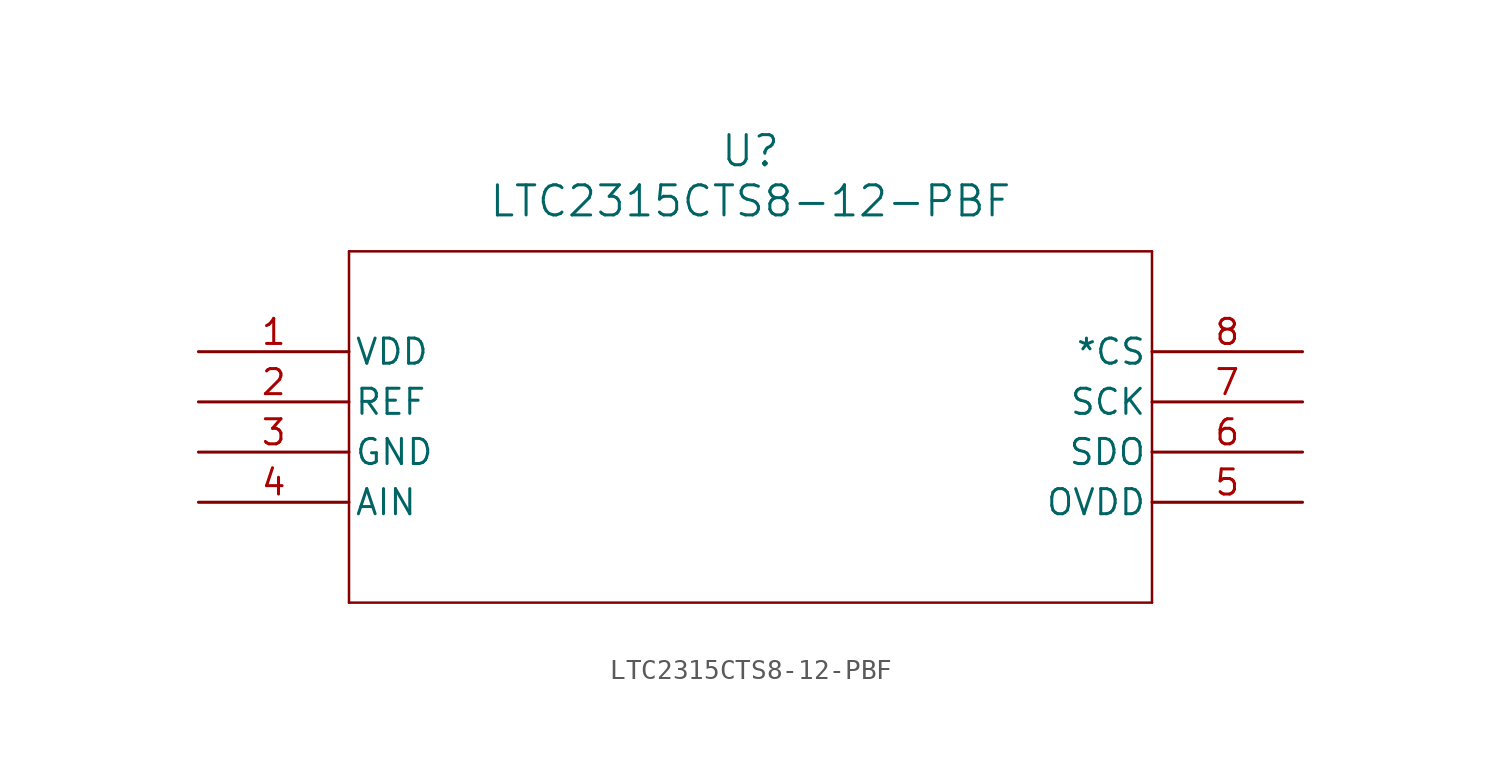
<source format=kicad_sym>
(kicad_symbol_lib
  (version 20241209)
  (generator "kicad_symbol_editor")
  (generator_version "9.0")
  (symbol "LTC2315CTS8-12-PBF"
    (pin_names
      (offset 0.254))
    (property "Reference" "U"
      (at 27.94 10.16 0)
      (effects (font (size 1.524 1.524))))
    (property "Value" "LTC2315CTS8-12-PBF"
      (at 27.94 7.62 0)
      (effects (font (size 1.524 1.524))))
    (property "ki_locked" ""
      (at 0 0 0)
      (effects (font (size 1.27 1.27))))
    (symbol "LTC2315CTS8-12-PBF_0_1"
      (polyline (pts (xy 7.62 5.08) (xy 7.62 -12.7)) (stroke (width 0.127) (type default)) (fill (type none)))
      (polyline (pts (xy 7.62 -12.7) (xy 48.26 -12.7)) (stroke (width 0.127) (type default)) (fill (type none)))
      (polyline (pts (xy 48.26 5.08) (xy 7.62 5.08)) (stroke (width 0.127) (type default)) (fill (type none)))
      (polyline (pts (xy 48.26 -12.7) (xy 48.26 5.08)) (stroke (width 0.127) (type default)) (fill (type none)))
      (pin power_in line (at 0 0 0) (length 7.62) (name "VDD" (effects (font (size 1.27 1.27)))) (number "1" (effects (font (size 1.27 1.27)))))
      (pin bidirectional line (at 0 -2.54 0) (length 7.62) (name "REF" (effects (font (size 1.27 1.27)))) (number "2" (effects (font (size 1.27 1.27)))))
      (pin power_in line (at 0 -5.08 0) (length 7.62) (name "GND" (effects (font (size 1.27 1.27)))) (number "3" (effects (font (size 1.27 1.27)))))
      (pin input line (at 0 -7.62 0) (length 7.62) (name "AIN" (effects (font (size 1.27 1.27)))) (number "4" (effects (font (size 1.27 1.27)))))
      (pin input line (at 55.88 0 180) (length 7.62) (name "*CS" (effects (font (size 1.27 1.27)))) (number "8" (effects (font (size 1.27 1.27)))))
      (pin input line (at 55.88 -2.54 180) (length 7.62) (name "SCK" (effects (font (size 1.27 1.27)))) (number "7" (effects (font (size 1.27 1.27)))))
      (pin output line (at 55.88 -5.08 180) (length 7.62) (name "SDO" (effects (font (size 1.27 1.27)))) (number "6" (effects (font (size 1.27 1.27)))))
      (pin power_in line (at 55.88 -7.62 180) (length 7.62) (name "OVDD" (effects (font (size 1.27 1.27)))) (number "5" (effects (font (size 1.27 1.27))))))))
</source>
